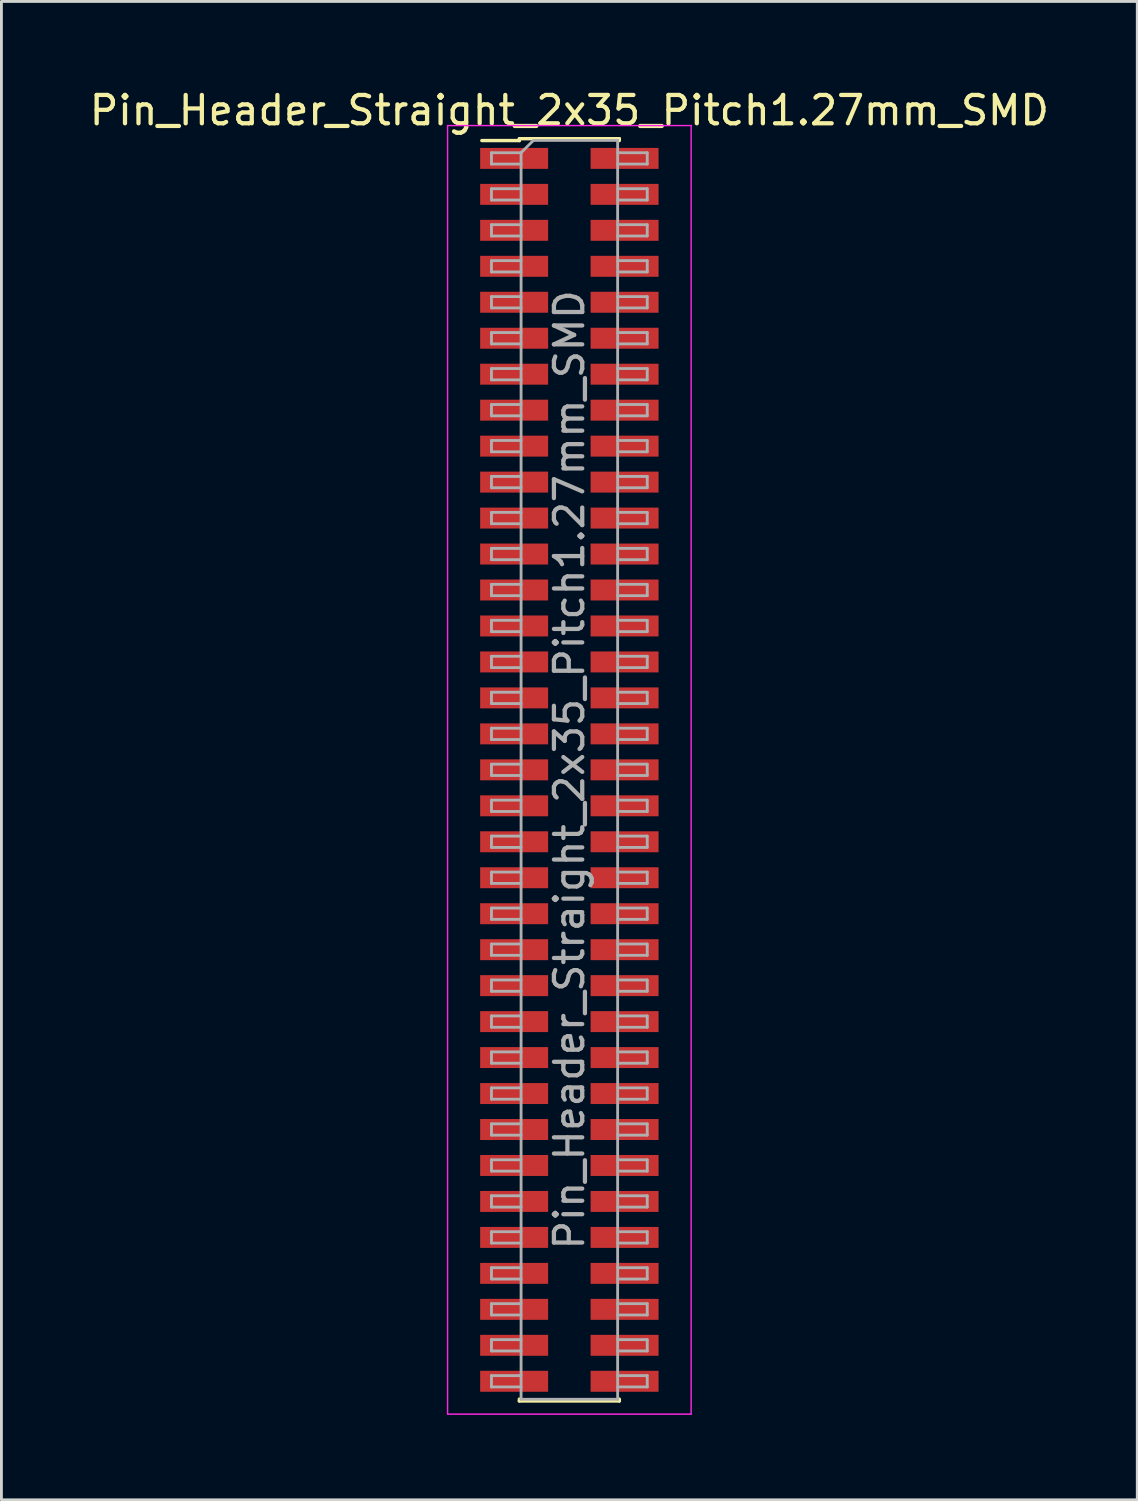
<source format=kicad_pcb>
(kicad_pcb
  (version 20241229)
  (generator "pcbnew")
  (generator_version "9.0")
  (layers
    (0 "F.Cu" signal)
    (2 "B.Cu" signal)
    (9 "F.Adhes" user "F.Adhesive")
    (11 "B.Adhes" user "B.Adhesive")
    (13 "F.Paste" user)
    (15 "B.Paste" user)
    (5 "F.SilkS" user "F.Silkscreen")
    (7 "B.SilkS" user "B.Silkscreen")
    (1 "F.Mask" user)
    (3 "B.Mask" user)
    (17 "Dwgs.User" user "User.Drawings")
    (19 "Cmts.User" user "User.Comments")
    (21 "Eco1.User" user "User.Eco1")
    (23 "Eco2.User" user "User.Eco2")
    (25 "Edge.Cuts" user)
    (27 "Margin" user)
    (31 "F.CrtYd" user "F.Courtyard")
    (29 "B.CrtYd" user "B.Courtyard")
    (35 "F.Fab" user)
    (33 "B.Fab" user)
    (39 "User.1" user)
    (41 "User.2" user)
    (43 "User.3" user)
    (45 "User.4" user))
  (footprint "Pin_Header_Straight_2x35_Pitch1.27mm_SMD"
    (layer "F.Cu")
    (at 17.054 24.133)
    (property "Reference" "Pin_Header_Straight_2x35_Pitch1.27mm_SMD" (at 0 -23.285 0) (layer "F.SilkS") (effects (font (size 1 1) (thickness 0.15))))
    (attr smd)
    (fp_line (start -3.09 -22.22) (end -1.765 -22.22) (stroke (width 0.12) (type solid)) (layer "F.SilkS"))
    (fp_line (start -1.765 -22.285) (end -1.765 -22.22) (stroke (width 0.12) (type solid)) (layer "F.SilkS"))
    (fp_line (start -1.765 -22.285) (end 1.765 -22.285) (stroke (width 0.12) (type solid)) (layer "F.SilkS"))
    (fp_line (start -1.765 22.22) (end -1.765 22.285) (stroke (width 0.12) (type solid)) (layer "F.SilkS"))
    (fp_line (start -1.765 22.285) (end 1.765 22.285) (stroke (width 0.12) (type solid)) (layer "F.SilkS"))
    (fp_line (start 1.765 -22.285) (end 1.765 -22.22) (stroke (width 0.12) (type solid)) (layer "F.SilkS"))
    (fp_line (start 1.765 22.22) (end 1.765 22.285) (stroke (width 0.12) (type solid)) (layer "F.SilkS"))
    (fp_line (start -4.3 -22.75) (end -4.3 22.75) (stroke (width 0.05) (type solid)) (layer "F.CrtYd"))
    (fp_line (start -4.3 22.75) (end 4.3 22.75) (stroke (width 0.05) (type solid)) (layer "F.CrtYd"))
    (fp_line (start 4.3 -22.75) (end -4.3 -22.75) (stroke (width 0.05) (type solid)) (layer "F.CrtYd"))
    (fp_line (start 4.3 22.75) (end 4.3 -22.75) (stroke (width 0.05) (type solid)) (layer "F.CrtYd"))
    (fp_line (start -2.75 -21.79) (end -2.75 -21.39) (stroke (width 0.1) (type solid)) (layer "F.Fab"))
    (fp_line (start -2.75 -21.39) (end -1.705 -21.39) (stroke (width 0.1) (type solid)) (layer "F.Fab"))
    (fp_line (start -2.75 -20.52) (end -2.75 -20.12) (stroke (width 0.1) (type solid)) (layer "F.Fab"))
    (fp_line (start -2.75 -20.12) (end -1.705 -20.12) (stroke (width 0.1) (type solid)) (layer "F.Fab"))
    (fp_line (start -2.75 -19.25) (end -2.75 -18.85) (stroke (width 0.1) (type solid)) (layer "F.Fab"))
    (fp_line (start -2.75 -18.85) (end -1.705 -18.85) (stroke (width 0.1) (type solid)) (layer "F.Fab"))
    (fp_line (start -2.75 -17.98) (end -2.75 -17.58) (stroke (width 0.1) (type solid)) (layer "F.Fab"))
    (fp_line (start -2.75 -17.58) (end -1.705 -17.58) (stroke (width 0.1) (type solid)) (layer "F.Fab"))
    (fp_line (start -2.75 -16.71) (end -2.75 -16.31) (stroke (width 0.1) (type solid)) (layer "F.Fab"))
    (fp_line (start -2.75 -16.31) (end -1.705 -16.31) (stroke (width 0.1) (type solid)) (layer "F.Fab"))
    (fp_line (start -2.75 -15.44) (end -2.75 -15.04) (stroke (width 0.1) (type solid)) (layer "F.Fab"))
    (fp_line (start -2.75 -15.04) (end -1.705 -15.04) (stroke (width 0.1) (type solid)) (layer "F.Fab"))
    (fp_line (start -2.75 -14.17) (end -2.75 -13.77) (stroke (width 0.1) (type solid)) (layer "F.Fab"))
    (fp_line (start -2.75 -13.77) (end -1.705 -13.77) (stroke (width 0.1) (type solid)) (layer "F.Fab"))
    (fp_line (start -2.75 -12.9) (end -2.75 -12.5) (stroke (width 0.1) (type solid)) (layer "F.Fab"))
    (fp_line (start -2.75 -12.5) (end -1.705 -12.5) (stroke (width 0.1) (type solid)) (layer "F.Fab"))
    (fp_line (start -2.75 -11.63) (end -2.75 -11.23) (stroke (width 0.1) (type solid)) (layer "F.Fab"))
    (fp_line (start -2.75 -11.23) (end -1.705 -11.23) (stroke (width 0.1) (type solid)) (layer "F.Fab"))
    (fp_line (start -2.75 -10.36) (end -2.75 -9.96) (stroke (width 0.1) (type solid)) (layer "F.Fab"))
    (fp_line (start -2.75 -9.96) (end -1.705 -9.96) (stroke (width 0.1) (type solid)) (layer "F.Fab"))
    (fp_line (start -2.75 -9.09) (end -2.75 -8.69) (stroke (width 0.1) (type solid)) (layer "F.Fab"))
    (fp_line (start -2.75 -8.69) (end -1.705 -8.69) (stroke (width 0.1) (type solid)) (layer "F.Fab"))
    (fp_line (start -2.75 -7.82) (end -2.75 -7.42) (stroke (width 0.1) (type solid)) (layer "F.Fab"))
    (fp_line (start -2.75 -7.42) (end -1.705 -7.42) (stroke (width 0.1) (type solid)) (layer "F.Fab"))
    (fp_line (start -2.75 -6.55) (end -2.75 -6.15) (stroke (width 0.1) (type solid)) (layer "F.Fab"))
    (fp_line (start -2.75 -6.15) (end -1.705 -6.15) (stroke (width 0.1) (type solid)) (layer "F.Fab"))
    (fp_line (start -2.75 -5.28) (end -2.75 -4.88) (stroke (width 0.1) (type solid)) (layer "F.Fab"))
    (fp_line (start -2.75 -4.88) (end -1.705 -4.88) (stroke (width 0.1) (type solid)) (layer "F.Fab"))
    (fp_line (start -2.75 -4.01) (end -2.75 -3.61) (stroke (width 0.1) (type solid)) (layer "F.Fab"))
    (fp_line (start -2.75 -3.61) (end -1.705 -3.61) (stroke (width 0.1) (type solid)) (layer "F.Fab"))
    (fp_line (start -2.75 -2.74) (end -2.75 -2.34) (stroke (width 0.1) (type solid)) (layer "F.Fab"))
    (fp_line (start -2.75 -2.34) (end -1.705 -2.34) (stroke (width 0.1) (type solid)) (layer "F.Fab"))
    (fp_line (start -2.75 -1.47) (end -2.75 -1.07) (stroke (width 0.1) (type solid)) (layer "F.Fab"))
    (fp_line (start -2.75 -1.07) (end -1.705 -1.07) (stroke (width 0.1) (type solid)) (layer "F.Fab"))
    (fp_line (start -2.75 -0.2) (end -2.75 0.2) (stroke (width 0.1) (type solid)) (layer "F.Fab"))
    (fp_line (start -2.75 0.2) (end -1.705 0.2) (stroke (width 0.1) (type solid)) (layer "F.Fab"))
    (fp_line (start -2.75 1.07) (end -2.75 1.47) (stroke (width 0.1) (type solid)) (layer "F.Fab"))
    (fp_line (start -2.75 1.47) (end -1.705 1.47) (stroke (width 0.1) (type solid)) (layer "F.Fab"))
    (fp_line (start -2.75 2.34) (end -2.75 2.74) (stroke (width 0.1) (type solid)) (layer "F.Fab"))
    (fp_line (start -2.75 2.74) (end -1.705 2.74) (stroke (width 0.1) (type solid)) (layer "F.Fab"))
    (fp_line (start -2.75 3.61) (end -2.75 4.01) (stroke (width 0.1) (type solid)) (layer "F.Fab"))
    (fp_line (start -2.75 4.01) (end -1.705 4.01) (stroke (width 0.1) (type solid)) (layer "F.Fab"))
    (fp_line (start -2.75 4.88) (end -2.75 5.28) (stroke (width 0.1) (type solid)) (layer "F.Fab"))
    (fp_line (start -2.75 5.28) (end -1.705 5.28) (stroke (width 0.1) (type solid)) (layer "F.Fab"))
    (fp_line (start -2.75 6.15) (end -2.75 6.55) (stroke (width 0.1) (type solid)) (layer "F.Fab"))
    (fp_line (start -2.75 6.55) (end -1.705 6.55) (stroke (width 0.1) (type solid)) (layer "F.Fab"))
    (fp_line (start -2.75 7.42) (end -2.75 7.82) (stroke (width 0.1) (type solid)) (layer "F.Fab"))
    (fp_line (start -2.75 7.82) (end -1.705 7.82) (stroke (width 0.1) (type solid)) (layer "F.Fab"))
    (fp_line (start -2.75 8.69) (end -2.75 9.09) (stroke (width 0.1) (type solid)) (layer "F.Fab"))
    (fp_line (start -2.75 9.09) (end -1.705 9.09) (stroke (width 0.1) (type solid)) (layer "F.Fab"))
    (fp_line (start -2.75 9.96) (end -2.75 10.36) (stroke (width 0.1) (type solid)) (layer "F.Fab"))
    (fp_line (start -2.75 10.36) (end -1.705 10.36) (stroke (width 0.1) (type solid)) (layer "F.Fab"))
    (fp_line (start -2.75 11.23) (end -2.75 11.63) (stroke (width 0.1) (type solid)) (layer "F.Fab"))
    (fp_line (start -2.75 11.63) (end -1.705 11.63) (stroke (width 0.1) (type solid)) (layer "F.Fab"))
    (fp_line (start -2.75 12.5) (end -2.75 12.9) (stroke (width 0.1) (type solid)) (layer "F.Fab"))
    (fp_line (start -2.75 12.9) (end -1.705 12.9) (stroke (width 0.1) (type solid)) (layer "F.Fab"))
    (fp_line (start -2.75 13.77) (end -2.75 14.17) (stroke (width 0.1) (type solid)) (layer "F.Fab"))
    (fp_line (start -2.75 14.17) (end -1.705 14.17) (stroke (width 0.1) (type solid)) (layer "F.Fab"))
    (fp_line (start -2.75 15.04) (end -2.75 15.44) (stroke (width 0.1) (type solid)) (layer "F.Fab"))
    (fp_line (start -2.75 15.44) (end -1.705 15.44) (stroke (width 0.1) (type solid)) (layer "F.Fab"))
    (fp_line (start -2.75 16.31) (end -2.75 16.71) (stroke (width 0.1) (type solid)) (layer "F.Fab"))
    (fp_line (start -2.75 16.71) (end -1.705 16.71) (stroke (width 0.1) (type solid)) (layer "F.Fab"))
    (fp_line (start -2.75 17.58) (end -2.75 17.98) (stroke (width 0.1) (type solid)) (layer "F.Fab"))
    (fp_line (start -2.75 17.98) (end -1.705 17.98) (stroke (width 0.1) (type solid)) (layer "F.Fab"))
    (fp_line (start -2.75 18.85) (end -2.75 19.25) (stroke (width 0.1) (type solid)) (layer "F.Fab"))
    (fp_line (start -2.75 19.25) (end -1.705 19.25) (stroke (width 0.1) (type solid)) (layer "F.Fab"))
    (fp_line (start -2.75 20.12) (end -2.75 20.52) (stroke (width 0.1) (type solid)) (layer "F.Fab"))
    (fp_line (start -2.75 20.52) (end -1.705 20.52) (stroke (width 0.1) (type solid)) (layer "F.Fab"))
    (fp_line (start -2.75 21.39) (end -2.75 21.79) (stroke (width 0.1) (type solid)) (layer "F.Fab"))
    (fp_line (start -2.75 21.79) (end -1.705 21.79) (stroke (width 0.1) (type solid)) (layer "F.Fab"))
    (fp_line (start -1.705 -21.79) (end -2.75 -21.79) (stroke (width 0.1) (type solid)) (layer "F.Fab"))
    (fp_line (start -1.705 -21.79) (end -1.27 -22.225) (stroke (width 0.1) (type solid)) (layer "F.Fab"))
    (fp_line (start -1.705 -20.52) (end -2.75 -20.52) (stroke (width 0.1) (type solid)) (layer "F.Fab"))
    (fp_line (start -1.705 -19.25) (end -2.75 -19.25) (stroke (width 0.1) (type solid)) (layer "F.Fab"))
    (fp_line (start -1.705 -17.98) (end -2.75 -17.98) (stroke (width 0.1) (type solid)) (layer "F.Fab"))
    (fp_line (start -1.705 -16.71) (end -2.75 -16.71) (stroke (width 0.1) (type solid)) (layer "F.Fab"))
    (fp_line (start -1.705 -15.44) (end -2.75 -15.44) (stroke (width 0.1) (type solid)) (layer "F.Fab"))
    (fp_line (start -1.705 -14.17) (end -2.75 -14.17) (stroke (width 0.1) (type solid)) (layer "F.Fab"))
    (fp_line (start -1.705 -12.9) (end -2.75 -12.9) (stroke (width 0.1) (type solid)) (layer "F.Fab"))
    (fp_line (start -1.705 -11.63) (end -2.75 -11.63) (stroke (width 0.1) (type solid)) (layer "F.Fab"))
    (fp_line (start -1.705 -10.36) (end -2.75 -10.36) (stroke (width 0.1) (type solid)) (layer "F.Fab"))
    (fp_line (start -1.705 -9.09) (end -2.75 -9.09) (stroke (width 0.1) (type solid)) (layer "F.Fab"))
    (fp_line (start -1.705 -7.82) (end -2.75 -7.82) (stroke (width 0.1) (type solid)) (layer "F.Fab"))
    (fp_line (start -1.705 -6.55) (end -2.75 -6.55) (stroke (width 0.1) (type solid)) (layer "F.Fab"))
    (fp_line (start -1.705 -5.28) (end -2.75 -5.28) (stroke (width 0.1) (type solid)) (layer "F.Fab"))
    (fp_line (start -1.705 -4.01) (end -2.75 -4.01) (stroke (width 0.1) (type solid)) (layer "F.Fab"))
    (fp_line (start -1.705 -2.74) (end -2.75 -2.74) (stroke (width 0.1) (type solid)) (layer "F.Fab"))
    (fp_line (start -1.705 -1.47) (end -2.75 -1.47) (stroke (width 0.1) (type solid)) (layer "F.Fab"))
    (fp_line (start -1.705 -0.2) (end -2.75 -0.2) (stroke (width 0.1) (type solid)) (layer "F.Fab"))
    (fp_line (start -1.705 1.07) (end -2.75 1.07) (stroke (width 0.1) (type solid)) (layer "F.Fab"))
    (fp_line (start -1.705 2.34) (end -2.75 2.34) (stroke (width 0.1) (type solid)) (layer "F.Fab"))
    (fp_line (start -1.705 3.61) (end -2.75 3.61) (stroke (width 0.1) (type solid)) (layer "F.Fab"))
    (fp_line (start -1.705 4.88) (end -2.75 4.88) (stroke (width 0.1) (type solid)) (layer "F.Fab"))
    (fp_line (start -1.705 6.15) (end -2.75 6.15) (stroke (width 0.1) (type solid)) (layer "F.Fab"))
    (fp_line (start -1.705 7.42) (end -2.75 7.42) (stroke (width 0.1) (type solid)) (layer "F.Fab"))
    (fp_line (start -1.705 8.69) (end -2.75 8.69) (stroke (width 0.1) (type solid)) (layer "F.Fab"))
    (fp_line (start -1.705 9.96) (end -2.75 9.96) (stroke (width 0.1) (type solid)) (layer "F.Fab"))
    (fp_line (start -1.705 11.23) (end -2.75 11.23) (stroke (width 0.1) (type solid)) (layer "F.Fab"))
    (fp_line (start -1.705 12.5) (end -2.75 12.5) (stroke (width 0.1) (type solid)) (layer "F.Fab"))
    (fp_line (start -1.705 13.77) (end -2.75 13.77) (stroke (width 0.1) (type solid)) (layer "F.Fab"))
    (fp_line (start -1.705 15.04) (end -2.75 15.04) (stroke (width 0.1) (type solid)) (layer "F.Fab"))
    (fp_line (start -1.705 16.31) (end -2.75 16.31) (stroke (width 0.1) (type solid)) (layer "F.Fab"))
    (fp_line (start -1.705 17.58) (end -2.75 17.58) (stroke (width 0.1) (type solid)) (layer "F.Fab"))
    (fp_line (start -1.705 18.85) (end -2.75 18.85) (stroke (width 0.1) (type solid)) (layer "F.Fab"))
    (fp_line (start -1.705 20.12) (end -2.75 20.12) (stroke (width 0.1) (type solid)) (layer "F.Fab"))
    (fp_line (start -1.705 21.39) (end -2.75 21.39) (stroke (width 0.1) (type solid)) (layer "F.Fab"))
    (fp_line (start -1.705 22.225) (end -1.705 -21.79) (stroke (width 0.1) (type solid)) (layer "F.Fab"))
    (fp_line (start -1.27 -22.225) (end 1.705 -22.225) (stroke (width 0.1) (type solid)) (layer "F.Fab"))
    (fp_line (start 1.705 -22.225) (end 1.705 22.225) (stroke (width 0.1) (type solid)) (layer "F.Fab"))
    (fp_line (start 1.705 -21.79) (end 2.75 -21.79) (stroke (width 0.1) (type solid)) (layer "F.Fab"))
    (fp_line (start 1.705 -20.52) (end 2.75 -20.52) (stroke (width 0.1) (type solid)) (layer "F.Fab"))
    (fp_line (start 1.705 -19.25) (end 2.75 -19.25) (stroke (width 0.1) (type solid)) (layer "F.Fab"))
    (fp_line (start 1.705 -17.98) (end 2.75 -17.98) (stroke (width 0.1) (type solid)) (layer "F.Fab"))
    (fp_line (start 1.705 -16.71) (end 2.75 -16.71) (stroke (width 0.1) (type solid)) (layer "F.Fab"))
    (fp_line (start 1.705 -15.44) (end 2.75 -15.44) (stroke (width 0.1) (type solid)) (layer "F.Fab"))
    (fp_line (start 1.705 -14.17) (end 2.75 -14.17) (stroke (width 0.1) (type solid)) (layer "F.Fab"))
    (fp_line (start 1.705 -12.9) (end 2.75 -12.9) (stroke (width 0.1) (type solid)) (layer "F.Fab"))
    (fp_line (start 1.705 -11.63) (end 2.75 -11.63) (stroke (width 0.1) (type solid)) (layer "F.Fab"))
    (fp_line (start 1.705 -10.36) (end 2.75 -10.36) (stroke (width 0.1) (type solid)) (layer "F.Fab"))
    (fp_line (start 1.705 -9.09) (end 2.75 -9.09) (stroke (width 0.1) (type solid)) (layer "F.Fab"))
    (fp_line (start 1.705 -7.82) (end 2.75 -7.82) (stroke (width 0.1) (type solid)) (layer "F.Fab"))
    (fp_line (start 1.705 -6.55) (end 2.75 -6.55) (stroke (width 0.1) (type solid)) (layer "F.Fab"))
    (fp_line (start 1.705 -5.28) (end 2.75 -5.28) (stroke (width 0.1) (type solid)) (layer "F.Fab"))
    (fp_line (start 1.705 -4.01) (end 2.75 -4.01) (stroke (width 0.1) (type solid)) (layer "F.Fab"))
    (fp_line (start 1.705 -2.74) (end 2.75 -2.74) (stroke (width 0.1) (type solid)) (layer "F.Fab"))
    (fp_line (start 1.705 -1.47) (end 2.75 -1.47) (stroke (width 0.1) (type solid)) (layer "F.Fab"))
    (fp_line (start 1.705 -0.2) (end 2.75 -0.2) (stroke (width 0.1) (type solid)) (layer "F.Fab"))
    (fp_line (start 1.705 1.07) (end 2.75 1.07) (stroke (width 0.1) (type solid)) (layer "F.Fab"))
    (fp_line (start 1.705 2.34) (end 2.75 2.34) (stroke (width 0.1) (type solid)) (layer "F.Fab"))
    (fp_line (start 1.705 3.61) (end 2.75 3.61) (stroke (width 0.1) (type solid)) (layer "F.Fab"))
    (fp_line (start 1.705 4.88) (end 2.75 4.88) (stroke (width 0.1) (type solid)) (layer "F.Fab"))
    (fp_line (start 1.705 6.15) (end 2.75 6.15) (stroke (width 0.1) (type solid)) (layer "F.Fab"))
    (fp_line (start 1.705 7.42) (end 2.75 7.42) (stroke (width 0.1) (type solid)) (layer "F.Fab"))
    (fp_line (start 1.705 8.69) (end 2.75 8.69) (stroke (width 0.1) (type solid)) (layer "F.Fab"))
    (fp_line (start 1.705 9.96) (end 2.75 9.96) (stroke (width 0.1) (type solid)) (layer "F.Fab"))
    (fp_line (start 1.705 11.23) (end 2.75 11.23) (stroke (width 0.1) (type solid)) (layer "F.Fab"))
    (fp_line (start 1.705 12.5) (end 2.75 12.5) (stroke (width 0.1) (type solid)) (layer "F.Fab"))
    (fp_line (start 1.705 13.77) (end 2.75 13.77) (stroke (width 0.1) (type solid)) (layer "F.Fab"))
    (fp_line (start 1.705 15.04) (end 2.75 15.04) (stroke (width 0.1) (type solid)) (layer "F.Fab"))
    (fp_line (start 1.705 16.31) (end 2.75 16.31) (stroke (width 0.1) (type solid)) (layer "F.Fab"))
    (fp_line (start 1.705 17.58) (end 2.75 17.58) (stroke (width 0.1) (type solid)) (layer "F.Fab"))
    (fp_line (start 1.705 18.85) (end 2.75 18.85) (stroke (width 0.1) (type solid)) (layer "F.Fab"))
    (fp_line (start 1.705 20.12) (end 2.75 20.12) (stroke (width 0.1) (type solid)) (layer "F.Fab"))
    (fp_line (start 1.705 21.39) (end 2.75 21.39) (stroke (width 0.1) (type solid)) (layer "F.Fab"))
    (fp_line (start 1.705 22.225) (end -1.705 22.225) (stroke (width 0.1) (type solid)) (layer "F.Fab"))
    (fp_line (start 2.75 -21.79) (end 2.75 -21.39) (stroke (width 0.1) (type solid)) (layer "F.Fab"))
    (fp_line (start 2.75 -21.39) (end 1.705 -21.39) (stroke (width 0.1) (type solid)) (layer "F.Fab"))
    (fp_line (start 2.75 -20.52) (end 2.75 -20.12) (stroke (width 0.1) (type solid)) (layer "F.Fab"))
    (fp_line (start 2.75 -20.12) (end 1.705 -20.12) (stroke (width 0.1) (type solid)) (layer "F.Fab"))
    (fp_line (start 2.75 -19.25) (end 2.75 -18.85) (stroke (width 0.1) (type solid)) (layer "F.Fab"))
    (fp_line (start 2.75 -18.85) (end 1.705 -18.85) (stroke (width 0.1) (type solid)) (layer "F.Fab"))
    (fp_line (start 2.75 -17.98) (end 2.75 -17.58) (stroke (width 0.1) (type solid)) (layer "F.Fab"))
    (fp_line (start 2.75 -17.58) (end 1.705 -17.58) (stroke (width 0.1) (type solid)) (layer "F.Fab"))
    (fp_line (start 2.75 -16.71) (end 2.75 -16.31) (stroke (width 0.1) (type solid)) (layer "F.Fab"))
    (fp_line (start 2.75 -16.31) (end 1.705 -16.31) (stroke (width 0.1) (type solid)) (layer "F.Fab"))
    (fp_line (start 2.75 -15.44) (end 2.75 -15.04) (stroke (width 0.1) (type solid)) (layer "F.Fab"))
    (fp_line (start 2.75 -15.04) (end 1.705 -15.04) (stroke (width 0.1) (type solid)) (layer "F.Fab"))
    (fp_line (start 2.75 -14.17) (end 2.75 -13.77) (stroke (width 0.1) (type solid)) (layer "F.Fab"))
    (fp_line (start 2.75 -13.77) (end 1.705 -13.77) (stroke (width 0.1) (type solid)) (layer "F.Fab"))
    (fp_line (start 2.75 -12.9) (end 2.75 -12.5) (stroke (width 0.1) (type solid)) (layer "F.Fab"))
    (fp_line (start 2.75 -12.5) (end 1.705 -12.5) (stroke (width 0.1) (type solid)) (layer "F.Fab"))
    (fp_line (start 2.75 -11.63) (end 2.75 -11.23) (stroke (width 0.1) (type solid)) (layer "F.Fab"))
    (fp_line (start 2.75 -11.23) (end 1.705 -11.23) (stroke (width 0.1) (type solid)) (layer "F.Fab"))
    (fp_line (start 2.75 -10.36) (end 2.75 -9.96) (stroke (width 0.1) (type solid)) (layer "F.Fab"))
    (fp_line (start 2.75 -9.96) (end 1.705 -9.96) (stroke (width 0.1) (type solid)) (layer "F.Fab"))
    (fp_line (start 2.75 -9.09) (end 2.75 -8.69) (stroke (width 0.1) (type solid)) (layer "F.Fab"))
    (fp_line (start 2.75 -8.69) (end 1.705 -8.69) (stroke (width 0.1) (type solid)) (layer "F.Fab"))
    (fp_line (start 2.75 -7.82) (end 2.75 -7.42) (stroke (width 0.1) (type solid)) (layer "F.Fab"))
    (fp_line (start 2.75 -7.42) (end 1.705 -7.42) (stroke (width 0.1) (type solid)) (layer "F.Fab"))
    (fp_line (start 2.75 -6.55) (end 2.75 -6.15) (stroke (width 0.1) (type solid)) (layer "F.Fab"))
    (fp_line (start 2.75 -6.15) (end 1.705 -6.15) (stroke (width 0.1) (type solid)) (layer "F.Fab"))
    (fp_line (start 2.75 -5.28) (end 2.75 -4.88) (stroke (width 0.1) (type solid)) (layer "F.Fab"))
    (fp_line (start 2.75 -4.88) (end 1.705 -4.88) (stroke (width 0.1) (type solid)) (layer "F.Fab"))
    (fp_line (start 2.75 -4.01) (end 2.75 -3.61) (stroke (width 0.1) (type solid)) (layer "F.Fab"))
    (fp_line (start 2.75 -3.61) (end 1.705 -3.61) (stroke (width 0.1) (type solid)) (layer "F.Fab"))
    (fp_line (start 2.75 -2.74) (end 2.75 -2.34) (stroke (width 0.1) (type solid)) (layer "F.Fab"))
    (fp_line (start 2.75 -2.34) (end 1.705 -2.34) (stroke (width 0.1) (type solid)) (layer "F.Fab"))
    (fp_line (start 2.75 -1.47) (end 2.75 -1.07) (stroke (width 0.1) (type solid)) (layer "F.Fab"))
    (fp_line (start 2.75 -1.07) (end 1.705 -1.07) (stroke (width 0.1) (type solid)) (layer "F.Fab"))
    (fp_line (start 2.75 -0.2) (end 2.75 0.2) (stroke (width 0.1) (type solid)) (layer "F.Fab"))
    (fp_line (start 2.75 0.2) (end 1.705 0.2) (stroke (width 0.1) (type solid)) (layer "F.Fab"))
    (fp_line (start 2.75 1.07) (end 2.75 1.47) (stroke (width 0.1) (type solid)) (layer "F.Fab"))
    (fp_line (start 2.75 1.47) (end 1.705 1.47) (stroke (width 0.1) (type solid)) (layer "F.Fab"))
    (fp_line (start 2.75 2.34) (end 2.75 2.74) (stroke (width 0.1) (type solid)) (layer "F.Fab"))
    (fp_line (start 2.75 2.74) (end 1.705 2.74) (stroke (width 0.1) (type solid)) (layer "F.Fab"))
    (fp_line (start 2.75 3.61) (end 2.75 4.01) (stroke (width 0.1) (type solid)) (layer "F.Fab"))
    (fp_line (start 2.75 4.01) (end 1.705 4.01) (stroke (width 0.1) (type solid)) (layer "F.Fab"))
    (fp_line (start 2.75 4.88) (end 2.75 5.28) (stroke (width 0.1) (type solid)) (layer "F.Fab"))
    (fp_line (start 2.75 5.28) (end 1.705 5.28) (stroke (width 0.1) (type solid)) (layer "F.Fab"))
    (fp_line (start 2.75 6.15) (end 2.75 6.55) (stroke (width 0.1) (type solid)) (layer "F.Fab"))
    (fp_line (start 2.75 6.55) (end 1.705 6.55) (stroke (width 0.1) (type solid)) (layer "F.Fab"))
    (fp_line (start 2.75 7.42) (end 2.75 7.82) (stroke (width 0.1) (type solid)) (layer "F.Fab"))
    (fp_line (start 2.75 7.82) (end 1.705 7.82) (stroke (width 0.1) (type solid)) (layer "F.Fab"))
    (fp_line (start 2.75 8.69) (end 2.75 9.09) (stroke (width 0.1) (type solid)) (layer "F.Fab"))
    (fp_line (start 2.75 9.09) (end 1.705 9.09) (stroke (width 0.1) (type solid)) (layer "F.Fab"))
    (fp_line (start 2.75 9.96) (end 2.75 10.36) (stroke (width 0.1) (type solid)) (layer "F.Fab"))
    (fp_line (start 2.75 10.36) (end 1.705 10.36) (stroke (width 0.1) (type solid)) (layer "F.Fab"))
    (fp_line (start 2.75 11.23) (end 2.75 11.63) (stroke (width 0.1) (type solid)) (layer "F.Fab"))
    (fp_line (start 2.75 11.63) (end 1.705 11.63) (stroke (width 0.1) (type solid)) (layer "F.Fab"))
    (fp_line (start 2.75 12.5) (end 2.75 12.9) (stroke (width 0.1) (type solid)) (layer "F.Fab"))
    (fp_line (start 2.75 12.9) (end 1.705 12.9) (stroke (width 0.1) (type solid)) (layer "F.Fab"))
    (fp_line (start 2.75 13.77) (end 2.75 14.17) (stroke (width 0.1) (type solid)) (layer "F.Fab"))
    (fp_line (start 2.75 14.17) (end 1.705 14.17) (stroke (width 0.1) (type solid)) (layer "F.Fab"))
    (fp_line (start 2.75 15.04) (end 2.75 15.44) (stroke (width 0.1) (type solid)) (layer "F.Fab"))
    (fp_line (start 2.75 15.44) (end 1.705 15.44) (stroke (width 0.1) (type solid)) (layer "F.Fab"))
    (fp_line (start 2.75 16.31) (end 2.75 16.71) (stroke (width 0.1) (type solid)) (layer "F.Fab"))
    (fp_line (start 2.75 16.71) (end 1.705 16.71) (stroke (width 0.1) (type solid)) (layer "F.Fab"))
    (fp_line (start 2.75 17.58) (end 2.75 17.98) (stroke (width 0.1) (type solid)) (layer "F.Fab"))
    (fp_line (start 2.75 17.98) (end 1.705 17.98) (stroke (width 0.1) (type solid)) (layer "F.Fab"))
    (fp_line (start 2.75 18.85) (end 2.75 19.25) (stroke (width 0.1) (type solid)) (layer "F.Fab"))
    (fp_line (start 2.75 19.25) (end 1.705 19.25) (stroke (width 0.1) (type solid)) (layer "F.Fab"))
    (fp_line (start 2.75 20.12) (end 2.75 20.52) (stroke (width 0.1) (type solid)) (layer "F.Fab"))
    (fp_line (start 2.75 20.52) (end 1.705 20.52) (stroke (width 0.1) (type solid)) (layer "F.Fab"))
    (fp_line (start 2.75 21.39) (end 2.75 21.79) (stroke (width 0.1) (type solid)) (layer "F.Fab"))
    (fp_line (start 2.75 21.79) (end 1.705 21.79) (stroke (width 0.1) (type solid)) (layer "F.Fab"))
    (fp_text user "${REFERENCE}" (at 0 0 90) (layer "F.Fab") (effects (font (size 1 1) (thickness 0.15))))
    (pad "1" smd rect (at -1.95 -21.59) (size 2.4 0.74) (layers "F.Cu" "F.Mask" "F.Paste"))
    (pad "2" smd rect (at 1.95 -21.59) (size 2.4 0.74) (layers "F.Cu" "F.Mask" "F.Paste"))
    (pad "3" smd rect (at -1.95 -20.32) (size 2.4 0.74) (layers "F.Cu" "F.Mask" "F.Paste"))
    (pad "4" smd rect (at 1.95 -20.32) (size 2.4 0.74) (layers "F.Cu" "F.Mask" "F.Paste"))
    (pad "5" smd rect (at -1.95 -19.05) (size 2.4 0.74) (layers "F.Cu" "F.Mask" "F.Paste"))
    (pad "6" smd rect (at 1.95 -19.05) (size 2.4 0.74) (layers "F.Cu" "F.Mask" "F.Paste"))
    (pad "7" smd rect (at -1.95 -17.78) (size 2.4 0.74) (layers "F.Cu" "F.Mask" "F.Paste"))
    (pad "8" smd rect (at 1.95 -17.78) (size 2.4 0.74) (layers "F.Cu" "F.Mask" "F.Paste"))
    (pad "9" smd rect (at -1.95 -16.51) (size 2.4 0.74) (layers "F.Cu" "F.Mask" "F.Paste"))
    (pad "10" smd rect (at 1.95 -16.51) (size 2.4 0.74) (layers "F.Cu" "F.Mask" "F.Paste"))
    (pad "11" smd rect (at -1.95 -15.24) (size 2.4 0.74) (layers "F.Cu" "F.Mask" "F.Paste"))
    (pad "12" smd rect (at 1.95 -15.24) (size 2.4 0.74) (layers "F.Cu" "F.Mask" "F.Paste"))
    (pad "13" smd rect (at -1.95 -13.97) (size 2.4 0.74) (layers "F.Cu" "F.Mask" "F.Paste"))
    (pad "14" smd rect (at 1.95 -13.97) (size 2.4 0.74) (layers "F.Cu" "F.Mask" "F.Paste"))
    (pad "15" smd rect (at -1.95 -12.7) (size 2.4 0.74) (layers "F.Cu" "F.Mask" "F.Paste"))
    (pad "16" smd rect (at 1.95 -12.7) (size 2.4 0.74) (layers "F.Cu" "F.Mask" "F.Paste"))
    (pad "17" smd rect (at -1.95 -11.43) (size 2.4 0.74) (layers "F.Cu" "F.Mask" "F.Paste"))
    (pad "18" smd rect (at 1.95 -11.43) (size 2.4 0.74) (layers "F.Cu" "F.Mask" "F.Paste"))
    (pad "19" smd rect (at -1.95 -10.16) (size 2.4 0.74) (layers "F.Cu" "F.Mask" "F.Paste"))
    (pad "20" smd rect (at 1.95 -10.16) (size 2.4 0.74) (layers "F.Cu" "F.Mask" "F.Paste"))
    (pad "21" smd rect (at -1.95 -8.89) (size 2.4 0.74) (layers "F.Cu" "F.Mask" "F.Paste"))
    (pad "22" smd rect (at 1.95 -8.89) (size 2.4 0.74) (layers "F.Cu" "F.Mask" "F.Paste"))
    (pad "23" smd rect (at -1.95 -7.62) (size 2.4 0.74) (layers "F.Cu" "F.Mask" "F.Paste"))
    (pad "24" smd rect (at 1.95 -7.62) (size 2.4 0.74) (layers "F.Cu" "F.Mask" "F.Paste"))
    (pad "25" smd rect (at -1.95 -6.35) (size 2.4 0.74) (layers "F.Cu" "F.Mask" "F.Paste"))
    (pad "26" smd rect (at 1.95 -6.35) (size 2.4 0.74) (layers "F.Cu" "F.Mask" "F.Paste"))
    (pad "27" smd rect (at -1.95 -5.08) (size 2.4 0.74) (layers "F.Cu" "F.Mask" "F.Paste"))
    (pad "28" smd rect (at 1.95 -5.08) (size 2.4 0.74) (layers "F.Cu" "F.Mask" "F.Paste"))
    (pad "29" smd rect (at -1.95 -3.81) (size 2.4 0.74) (layers "F.Cu" "F.Mask" "F.Paste"))
    (pad "30" smd rect (at 1.95 -3.81) (size 2.4 0.74) (layers "F.Cu" "F.Mask" "F.Paste"))
    (pad "31" smd rect (at -1.95 -2.54) (size 2.4 0.74) (layers "F.Cu" "F.Mask" "F.Paste"))
    (pad "32" smd rect (at 1.95 -2.54) (size 2.4 0.74) (layers "F.Cu" "F.Mask" "F.Paste"))
    (pad "33" smd rect (at -1.95 -1.27) (size 2.4 0.74) (layers "F.Cu" "F.Mask" "F.Paste"))
    (pad "34" smd rect (at 1.95 -1.27) (size 2.4 0.74) (layers "F.Cu" "F.Mask" "F.Paste"))
    (pad "35" smd rect (at -1.95 0) (size 2.4 0.74) (layers "F.Cu" "F.Mask" "F.Paste"))
    (pad "36" smd rect (at 1.95 0) (size 2.4 0.74) (layers "F.Cu" "F.Mask" "F.Paste"))
    (pad "37" smd rect (at -1.95 1.27) (size 2.4 0.74) (layers "F.Cu" "F.Mask" "F.Paste"))
    (pad "38" smd rect (at 1.95 1.27) (size 2.4 0.74) (layers "F.Cu" "F.Mask" "F.Paste"))
    (pad "39" smd rect (at -1.95 2.54) (size 2.4 0.74) (layers "F.Cu" "F.Mask" "F.Paste"))
    (pad "40" smd rect (at 1.95 2.54) (size 2.4 0.74) (layers "F.Cu" "F.Mask" "F.Paste"))
    (pad "41" smd rect (at -1.95 3.81) (size 2.4 0.74) (layers "F.Cu" "F.Mask" "F.Paste"))
    (pad "42" smd rect (at 1.95 3.81) (size 2.4 0.74) (layers "F.Cu" "F.Mask" "F.Paste"))
    (pad "43" smd rect (at -1.95 5.08) (size 2.4 0.74) (layers "F.Cu" "F.Mask" "F.Paste"))
    (pad "44" smd rect (at 1.95 5.08) (size 2.4 0.74) (layers "F.Cu" "F.Mask" "F.Paste"))
    (pad "45" smd rect (at -1.95 6.35) (size 2.4 0.74) (layers "F.Cu" "F.Mask" "F.Paste"))
    (pad "46" smd rect (at 1.95 6.35) (size 2.4 0.74) (layers "F.Cu" "F.Mask" "F.Paste"))
    (pad "47" smd rect (at -1.95 7.62) (size 2.4 0.74) (layers "F.Cu" "F.Mask" "F.Paste"))
    (pad "48" smd rect (at 1.95 7.62) (size 2.4 0.74) (layers "F.Cu" "F.Mask" "F.Paste"))
    (pad "49" smd rect (at -1.95 8.89) (size 2.4 0.74) (layers "F.Cu" "F.Mask" "F.Paste"))
    (pad "50" smd rect (at 1.95 8.89) (size 2.4 0.74) (layers "F.Cu" "F.Mask" "F.Paste"))
    (pad "51" smd rect (at -1.95 10.16) (size 2.4 0.74) (layers "F.Cu" "F.Mask" "F.Paste"))
    (pad "52" smd rect (at 1.95 10.16) (size 2.4 0.74) (layers "F.Cu" "F.Mask" "F.Paste"))
    (pad "53" smd rect (at -1.95 11.43) (size 2.4 0.74) (layers "F.Cu" "F.Mask" "F.Paste"))
    (pad "54" smd rect (at 1.95 11.43) (size 2.4 0.74) (layers "F.Cu" "F.Mask" "F.Paste"))
    (pad "55" smd rect (at -1.95 12.7) (size 2.4 0.74) (layers "F.Cu" "F.Mask" "F.Paste"))
    (pad "56" smd rect (at 1.95 12.7) (size 2.4 0.74) (layers "F.Cu" "F.Mask" "F.Paste"))
    (pad "57" smd rect (at -1.95 13.97) (size 2.4 0.74) (layers "F.Cu" "F.Mask" "F.Paste"))
    (pad "58" smd rect (at 1.95 13.97) (size 2.4 0.74) (layers "F.Cu" "F.Mask" "F.Paste"))
    (pad "59" smd rect (at -1.95 15.24) (size 2.4 0.74) (layers "F.Cu" "F.Mask" "F.Paste"))
    (pad "60" smd rect (at 1.95 15.24) (size 2.4 0.74) (layers "F.Cu" "F.Mask" "F.Paste"))
    (pad "61" smd rect (at -1.95 16.51) (size 2.4 0.74) (layers "F.Cu" "F.Mask" "F.Paste"))
    (pad "62" smd rect (at 1.95 16.51) (size 2.4 0.74) (layers "F.Cu" "F.Mask" "F.Paste"))
    (pad "63" smd rect (at -1.95 17.78) (size 2.4 0.74) (layers "F.Cu" "F.Mask" "F.Paste"))
    (pad "64" smd rect (at 1.95 17.78) (size 2.4 0.74) (layers "F.Cu" "F.Mask" "F.Paste"))
    (pad "65" smd rect (at -1.95 19.05) (size 2.4 0.74) (layers "F.Cu" "F.Mask" "F.Paste"))
    (pad "66" smd rect (at 1.95 19.05) (size 2.4 0.74) (layers "F.Cu" "F.Mask" "F.Paste"))
    (pad "67" smd rect (at -1.95 20.32) (size 2.4 0.74) (layers "F.Cu" "F.Mask" "F.Paste"))
    (pad "68" smd rect (at 1.95 20.32) (size 2.4 0.74) (layers "F.Cu" "F.Mask" "F.Paste"))
    (pad "69" smd rect (at -1.95 21.59) (size 2.4 0.74) (layers "F.Cu" "F.Mask" "F.Paste"))
    (pad "70" smd rect (at 1.95 21.59) (size 2.4 0.74) (layers "F.Cu" "F.Mask" "F.Paste")))
  (gr_rect
    (start -3 -3)
    (end 37.107 49.908)
    (stroke (width 0.1) (type default))
    (fill no)
    (layer "Edge.Cuts")))
</source>
